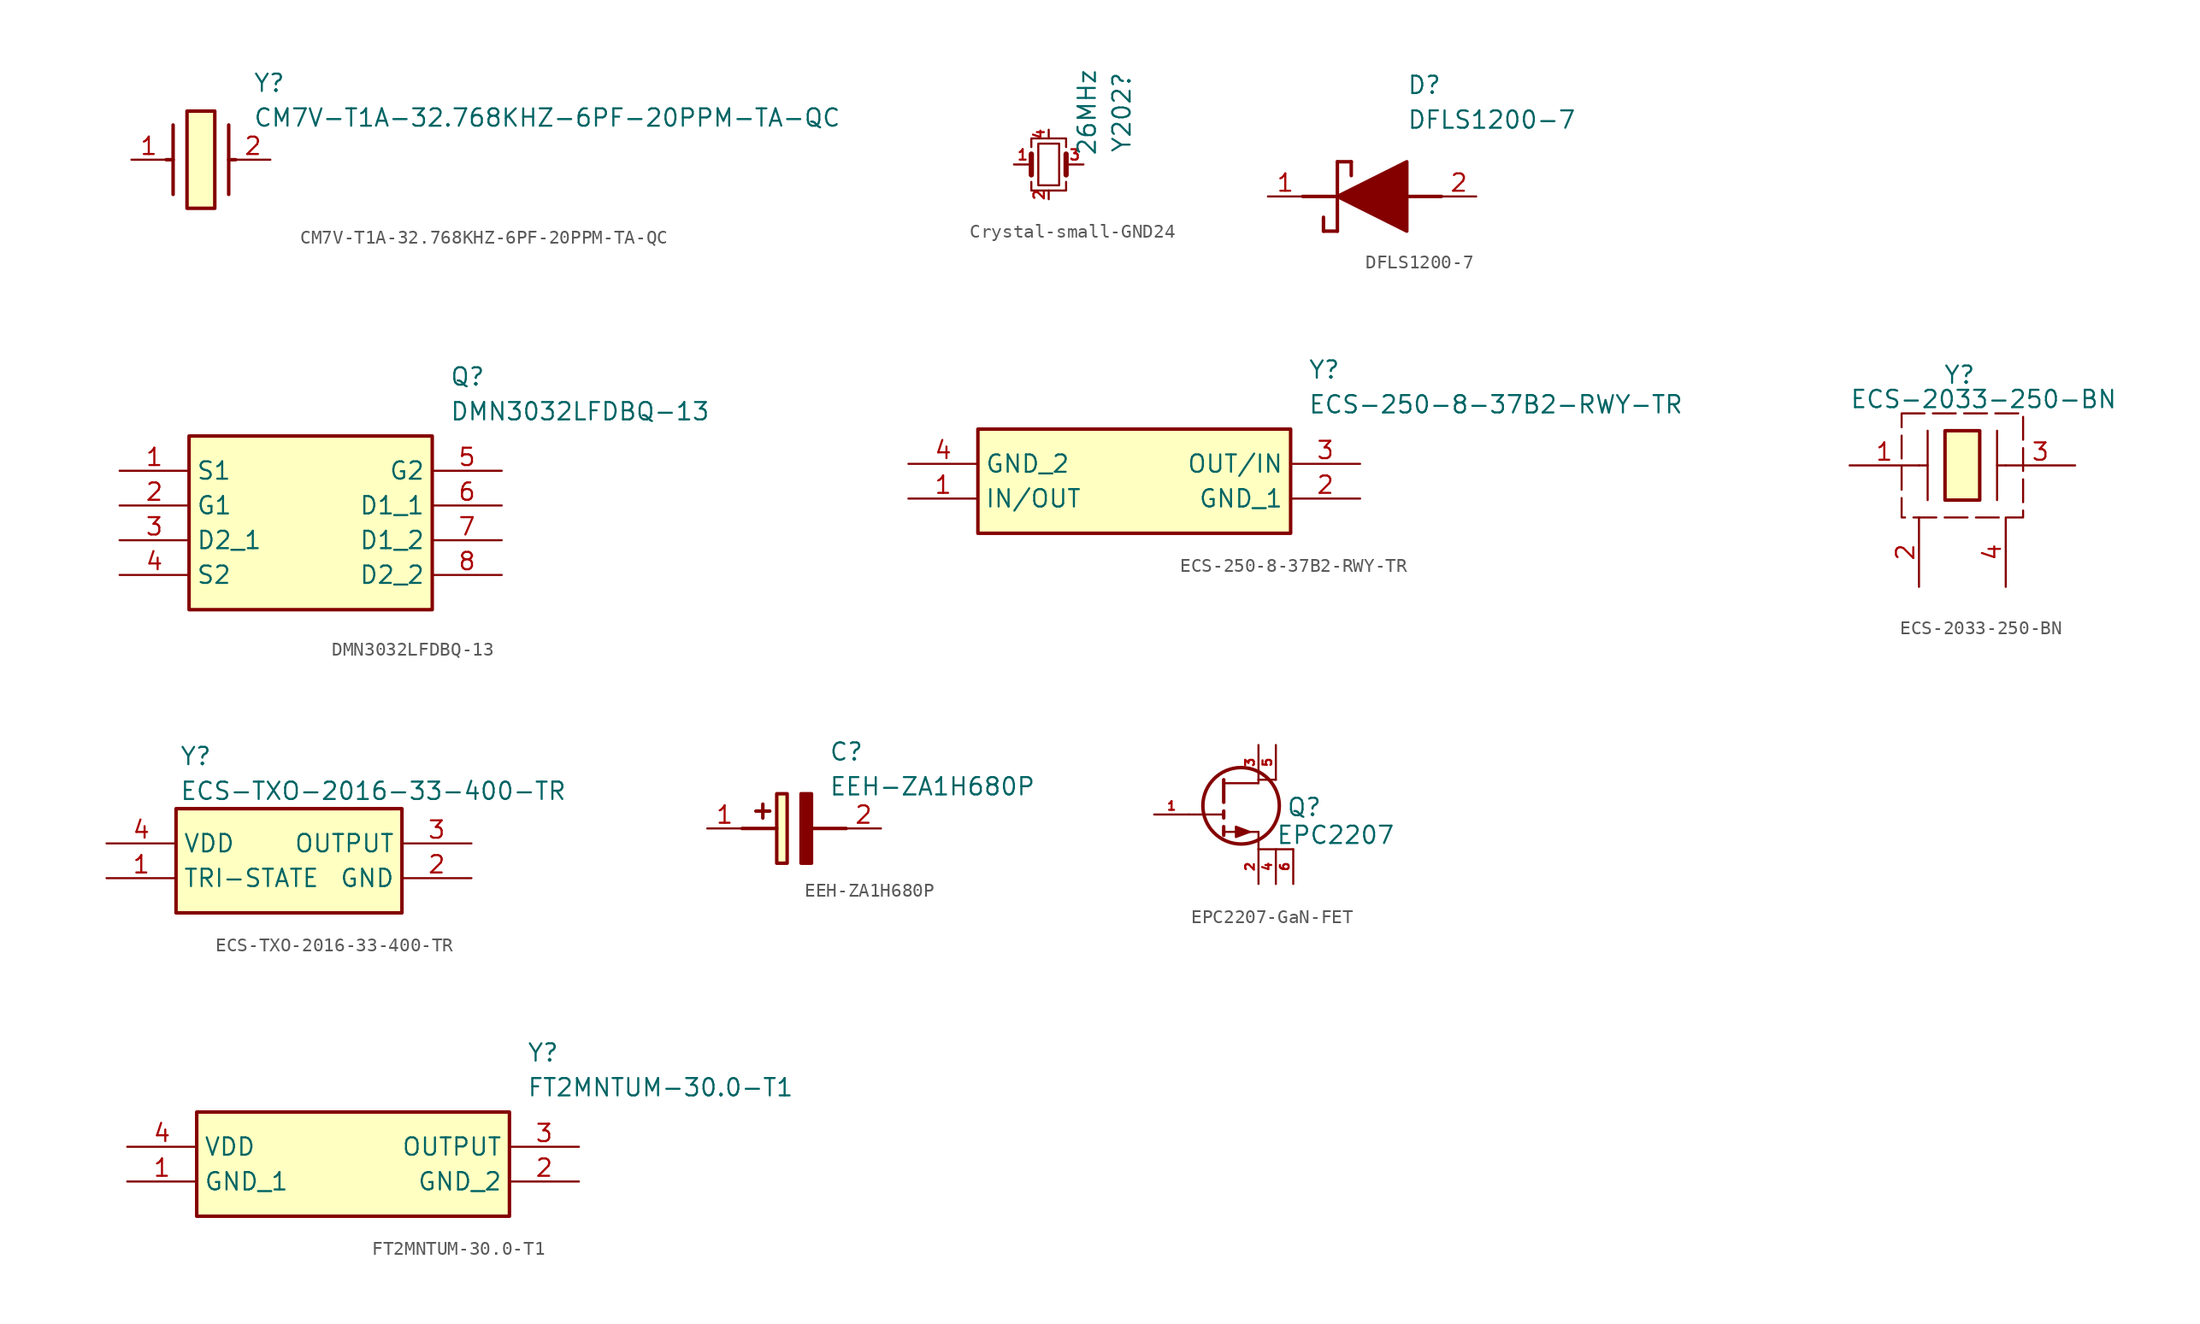
<source format=kicad_sym>
(kicad_symbol_lib
  (version 20241209)
  (generator "kicad_symbol_editor")
  (generator_version "9.0")
  (symbol "CM7V-T1A-32.768KHZ-6PF-20PPM-TA-QC"
    (pin_names
      (hide yes))
    (property "Reference" "Y"
      (at 8.89 6.35 0)
      (effects (font (size 1.27 1.27)) (justify left top)))
    (property "Value" "CM7V-T1A-32.768KHZ-6PF-20PPM-TA-QC"
      (at 8.89 3.81 0)
      (effects (font (size 1.27 1.27)) (justify left top)))
    (symbol "CM7V-T1A-32.768KHZ-6PF-20PPM-TA-QC_1_1"
      (polyline (pts (xy 3.048 2.54) (xy 3.048 -2.54)) (stroke (width 0.254) (type default)) (fill (type none)))
      (polyline (pts (xy 3.048 0) (xy 2.54 0)) (stroke (width 0.254) (type default)) (fill (type none)))
      (rectangle (start 4.064 3.556) (end 6.096 -3.556) (stroke (width 0.254) (type default)) (fill (type background)))
      (polyline (pts (xy 7.112 2.54) (xy 7.112 -2.54)) (stroke (width 0.254) (type default)) (fill (type none)))
      (polyline (pts (xy 7.112 0) (xy 7.62 0)) (stroke (width 0.254) (type default)) (fill (type none)))
      (pin passive line (at 0 0 0) (length 2.54) (name "1" (effects (font (size 1.27 1.27)))) (number "1" (effects (font (size 1.27 1.27)))))
      (pin passive line (at 10.16 0 180) (length 2.54) (name "2" (effects (font (size 1.27 1.27)))) (number "2" (effects (font (size 1.27 1.27)))))))
  (symbol "Crystal-small-GND24"
    (pin_names
      (offset 1.016)
      (hide yes))
    (property "Reference" "Y202"
      (at 5.334 3.81 90)
      (effects (font (size 1.27 1.27))))
    (property "Value" "26MHz"
      (at 2.794 3.81 90)
      (effects (font (size 1.27 1.27))))
    (property "cap-type" ""
      (at 0 0 0)
      (effects (font (size 1.27 1.27))))
    (property "r-power" ""
      (at 0 0 0)
      (effects (font (size 1.27 1.27))))
    (symbol "Crystal-small-GND24_0_1"
      (polyline (pts (xy -1.27 1.27) (xy -1.27 1.905) (xy 1.27 1.905) (xy 1.27 1.27)) (stroke (width 0) (type default)) (fill (type none)))
      (polyline (pts (xy -1.27 -0.762) (xy -1.27 0.762)) (stroke (width 0.381) (type default)) (fill (type none)))
      (polyline (pts (xy -1.27 -1.27) (xy -1.27 -1.905) (xy 1.27 -1.905) (xy 1.27 -1.27)) (stroke (width 0) (type default)) (fill (type none)))
      (rectangle (start -0.762 -1.524) (end 0.762 1.524) (stroke (width 0) (type default)) (fill (type none)))
      (polyline (pts (xy 1.27 -0.762) (xy 1.27 0.762)) (stroke (width 0.381) (type default)) (fill (type none))))
    (symbol "Crystal-small-GND24_1_1"
      (pin passive line (at -2.54 0 0) (length 1.27) (name "1" (effects (font (size 1.27 1.27)))) (number "1" (effects (font (size 0.762 0.762)))))
      (pin passive line (at 0 2.54 270) (length 0.635) (name "4" (effects (font (size 1.27 1.27)))) (number "4" (effects (font (size 0.762 0.762)))))
      (pin passive line (at 0 -2.54 90) (length 0.635) (name "2" (effects (font (size 1.27 1.27)))) (number "2" (effects (font (size 0.762 0.762)))))
      (pin passive line (at 2.54 0 180) (length 1.27) (name "3" (effects (font (size 1.27 1.27)))) (number "3" (effects (font (size 0.762 0.762)))))))
  (symbol "DFLS1200-7"
    (pin_names
      (hide yes))
    (property "Reference" "D"
      (at 12.7 8.89 0)
      (effects (font (size 1.27 1.27)) (justify left top)))
    (property "Value" "DFLS1200-7"
      (at 12.7 6.35 0)
      (effects (font (size 1.27 1.27)) (justify left top)))
    (symbol "DFLS1200-7_1_1"
      (polyline (pts (xy 5.08 0) (xy 7.62 0)) (stroke (width 0.254) (type default)) (fill (type none)))
      (polyline (pts (xy 6.604 -1.524) (xy 6.604 -2.54)) (stroke (width 0.254) (type default)) (fill (type none)))
      (polyline (pts (xy 7.62 2.54) (xy 7.62 -2.54)) (stroke (width 0.254) (type default)) (fill (type none)))
      (polyline (pts (xy 7.62 2.54) (xy 8.636 2.54)) (stroke (width 0.254) (type default)) (fill (type none)))
      (polyline (pts (xy 7.62 0) (xy 12.7 2.54) (xy 12.7 -2.54) (xy 7.62 0)) (stroke (width 0.254) (type default)) (fill (type outline)))
      (polyline (pts (xy 7.62 -2.54) (xy 6.604 -2.54)) (stroke (width 0.254) (type default)) (fill (type none)))
      (polyline (pts (xy 8.636 1.524) (xy 8.636 2.54)) (stroke (width 0.254) (type default)) (fill (type none)))
      (polyline (pts (xy 12.7 0) (xy 15.24 0)) (stroke (width 0.254) (type default)) (fill (type none)))
      (pin passive line (at 2.54 0 0) (length 2.54) (name "K" (effects (font (size 1.27 1.27)))) (number "1" (effects (font (size 1.27 1.27)))))
      (pin passive line (at 17.78 0 180) (length 2.54) (name "A" (effects (font (size 1.27 1.27)))) (number "2" (effects (font (size 1.27 1.27)))))))
  (symbol "DMN3032LFDBQ-13"
    (property "Reference" "Q"
      (at 24.13 7.62 0)
      (effects (font (size 1.27 1.27)) (justify left top)))
    (property "Value" "DMN3032LFDBQ-13"
      (at 24.13 5.08 0)
      (effects (font (size 1.27 1.27)) (justify left top)))
    (symbol "DMN3032LFDBQ-13_1_1"
      (rectangle (start 5.08 2.54) (end 22.86 -10.16) (stroke (width 0.254) (type default)) (fill (type background)))
      (pin passive line (at 0 0 0) (length 5.08) (name "S1" (effects (font (size 1.27 1.27)))) (number "1" (effects (font (size 1.27 1.27)))))
      (pin passive line (at 0 -2.54 0) (length 5.08) (name "G1" (effects (font (size 1.27 1.27)))) (number "2" (effects (font (size 1.27 1.27)))))
      (pin passive line (at 0 -5.08 0) (length 5.08) (name "D2_1" (effects (font (size 1.27 1.27)))) (number "3" (effects (font (size 1.27 1.27)))))
      (pin passive line (at 0 -7.62 0) (length 5.08) (name "S2" (effects (font (size 1.27 1.27)))) (number "4" (effects (font (size 1.27 1.27)))))
      (pin passive line (at 27.94 0 180) (length 5.08) (name "G2" (effects (font (size 1.27 1.27)))) (number "5" (effects (font (size 1.27 1.27)))))
      (pin passive line (at 27.94 -2.54 180) (length 5.08) (name "D1_1" (effects (font (size 1.27 1.27)))) (number "6" (effects (font (size 1.27 1.27)))))
      (pin passive line (at 27.94 -5.08 180) (length 5.08) (name "D1_2" (effects (font (size 1.27 1.27)))) (number "7" (effects (font (size 1.27 1.27)))))
      (pin passive line (at 27.94 -7.62 180) (length 5.08) (name "D2_2" (effects (font (size 1.27 1.27)))) (number "8" (effects (font (size 1.27 1.27)))))))
  (symbol "ECS-250-8-37B2-RWY-TR"
    (property "Reference" "Y"
      (at 29.21 7.62 0)
      (effects (font (size 1.27 1.27)) (justify left top)))
    (property "Value" "ECS-250-8-37B2-RWY-TR"
      (at 29.21 5.08 0)
      (effects (font (size 1.27 1.27)) (justify left top)))
    (symbol "ECS-250-8-37B2-RWY-TR_1_1"
      (rectangle (start 5.08 2.54) (end 27.94 -5.08) (stroke (width 0.254) (type default)) (fill (type background)))
      (pin passive line (at 0 0 0) (length 5.08) (name "GND_2" (effects (font (size 1.27 1.27)))) (number "4" (effects (font (size 1.27 1.27)))))
      (pin passive line (at 0 -2.54 0) (length 5.08) (name "IN/OUT" (effects (font (size 1.27 1.27)))) (number "1" (effects (font (size 1.27 1.27)))))
      (pin passive line (at 33.02 0 180) (length 5.08) (name "OUT/IN" (effects (font (size 1.27 1.27)))) (number "3" (effects (font (size 1.27 1.27)))))
      (pin passive line (at 33.02 -2.54 180) (length 5.08) (name "GND_1" (effects (font (size 1.27 1.27)))) (number "2" (effects (font (size 1.27 1.27)))))))
  (symbol "ECS-2033-250-BN"
    (property "Reference" "Y"
      (at 10.668 7.366 0)
      (effects (font (size 1.27 1.27)) (justify left top)))
    (property "Value" "ECS-2033-250-BN"
      (at 3.81 5.588 0)
      (effects (font (size 1.27 1.27)) (justify left top)))
    (symbol "ECS-2033-250-BN_0_1"
      (polyline (pts (xy 9.525 2.54) (xy 9.525 -2.54)) (stroke (width 0) (type default)) (fill (type none)))
      (polyline (pts (xy 14.605 2.54) (xy 14.605 -2.54)) (stroke (width 0) (type default)) (fill (type none))))
    (symbol "ECS-2033-250-BN_1_1"
      (rectangle (start 7.62 3.81) (end 16.51 -3.81) (stroke (width 0) (type dash)) (fill (type none)))
      (polyline (pts (xy 8.89 0) (xy 9.525 0)) (stroke (width 0) (type default)) (fill (type none)))
      (rectangle (start 10.795 2.54) (end 13.335 -2.54) (stroke (width 0.254) (type default)) (fill (type background)))
      (polyline (pts (xy 15.24 0) (xy 14.605 0)) (stroke (width 0) (type default)) (fill (type none)))
      (pin passive line (at 3.81 0 0) (length 5.08) (name "" (effects (font (size 1.27 1.27)))) (number "1" (effects (font (size 1.27 1.27)))))
      (pin passive line (at 8.89 -8.89 90) (length 5.08) (name "" (effects (font (size 1.27 1.27)))) (number "2" (effects (font (size 1.27 1.27)))))
      (pin passive line (at 15.24 -8.89 90) (length 5.08) (name "" (effects (font (size 1.27 1.27)))) (number "4" (effects (font (size 1.27 1.27)))))
      (pin passive line (at 20.32 0 180) (length 5.08) (name "" (effects (font (size 1.27 1.27)))) (number "3" (effects (font (size 1.27 1.27)))))))
  (symbol "ECS-TXO-2016-33-400-TR"
    (property "Reference" "Y"
      (at 5.334 7.112 0)
      (effects (font (size 1.27 1.27)) (justify left top)))
    (property "Value" "ECS-TXO-2016-33-400-TR"
      (at 5.334 4.572 0)
      (effects (font (size 1.27 1.27)) (justify left top)))
    (symbol "ECS-TXO-2016-33-400-TR_1_1"
      (rectangle (start 5.08 2.54) (end 21.59 -5.08) (stroke (width 0.254) (type default)) (fill (type background)))
      (pin passive line (at 0 0 0) (length 5.08) (name "VDD" (effects (font (size 1.27 1.27)))) (number "4" (effects (font (size 1.27 1.27)))))
      (pin passive line (at 0 -2.54 0) (length 5.08) (name "TRI-STATE" (effects (font (size 1.27 1.27)))) (number "1" (effects (font (size 1.27 1.27)))))
      (pin passive line (at 26.67 0 180) (length 5.08) (name "OUTPUT" (effects (font (size 1.27 1.27)))) (number "3" (effects (font (size 1.27 1.27)))))
      (pin passive line (at 26.67 -2.54 180) (length 5.08) (name "GND" (effects (font (size 1.27 1.27)))) (number "2" (effects (font (size 1.27 1.27)))))))
  (symbol "EEH-ZA1H680P"
    (pin_names
      (hide yes))
    (property "Reference" "C"
      (at 8.89 6.35 0)
      (effects (font (size 1.27 1.27)) (justify left top)))
    (property "Value" "EEH-ZA1H680P"
      (at 8.89 3.81 0)
      (effects (font (size 1.27 1.27)) (justify left top)))
    (symbol "EEH-ZA1H680P_1_1"
      (polyline (pts (xy 2.54 0) (xy 5.08 0)) (stroke (width 0.254) (type default)) (fill (type none)))
      (polyline (pts (xy 4.064 1.778) (xy 4.064 0.762)) (stroke (width 0.254) (type default)) (fill (type none)))
      (polyline (pts (xy 4.572 1.27) (xy 3.556 1.27)) (stroke (width 0.254) (type default)) (fill (type none)))
      (rectangle (start 5.08 2.54) (end 5.842 -2.54) (stroke (width 0.254) (type default)) (fill (type background)))
      (polyline (pts (xy 7.62 2.54) (xy 7.62 -2.54) (xy 6.858 -2.54) (xy 6.858 2.54) (xy 7.62 2.54)) (stroke (width 0.254) (type default)) (fill (type outline)))
      (polyline (pts (xy 7.62 0) (xy 10.16 0)) (stroke (width 0.254) (type default)) (fill (type none)))
      (pin passive line (at 0 0 0) (length 2.54) (name "+" (effects (font (size 1.27 1.27)))) (number "1" (effects (font (size 1.27 1.27)))))
      (pin passive line (at 12.7 0 180) (length 2.54) (name "-" (effects (font (size 1.27 1.27)))) (number "2" (effects (font (size 1.27 1.27)))))))
  (symbol "EPC2207-GaN-FET"
    (pin_names
      (offset 0)
      (hide yes))
    (property "Reference" "Q"
      (at 4.572 1.27 0)
      (effects (font (size 1.27 1.27)) (justify left top)))
    (property "Value" "EPC2207"
      (at 3.81 -0.762 0)
      (effects (font (size 1.27 1.27)) (justify left top)))
    (symbol "EPC2207-GaN-FET_0_1"
      (polyline (pts (xy 0 2.286) (xy 2.54 2.286)) (stroke (width 0) (type default)) (fill (type none)))
      (polyline (pts (xy 0 0) (xy -2.54 0)) (stroke (width 0) (type default)) (fill (type none)))
      (circle (center 1.27 0.635) (radius 2.794) (stroke (width 0.254) (type default)) (fill (type none)))
      (polyline (pts (xy 1.905 -1.27) (xy 0.889 -0.889) (xy 0.889 -1.651) (xy 1.905 -1.27)) (stroke (width 0) (type default)) (fill (type outline)))
      (polyline (pts (xy 2.54 2.54) (xy 3.81 2.54)) (stroke (width 0) (type default)) (fill (type none)))
      (polyline (pts (xy 2.54 2.286) (xy 2.54 2.54)) (stroke (width 0) (type default)) (fill (type none)))
      (polyline (pts (xy 2.54 -1.27) (xy 0 -1.27)) (stroke (width 0) (type default)) (fill (type none)))
      (polyline (pts (xy 2.54 -2.54) (xy 2.54 -1.27)) (stroke (width 0) (type default)) (fill (type none)))
      (polyline (pts (xy 5.08 -2.54) (xy 2.54 -2.54)) (stroke (width 0) (type default)) (fill (type none))))
    (symbol "EPC2207-GaN-FET_1_1"
      (polyline (pts (xy 0 0.889) (xy 0 2.54)) (stroke (width 0.254) (type default)) (fill (type none)))
      (polyline (pts (xy 0 0.254) (xy 0 -0.254)) (stroke (width 0.254) (type default)) (fill (type none)))
      (polyline (pts (xy 0 -0.889) (xy 0 -1.524)) (stroke (width 0.254) (type default)) (fill (type none)))
      (pin input line (at -5.08 0 0) (length 2.54) (name "G" (effects (font (size 1.27 1.27)))) (number "1" (effects (font (size 0.635 0.635)))))
      (pin passive line (at 2.54 5.08 270) (length 2.54) (name "D" (effects (font (size 1.27 1.27)))) (number "3" (effects (font (size 0.635 0.635)))))
      (pin passive line (at 2.54 -5.08 90) (length 2.54) (name "S" (effects (font (size 1.27 1.27)))) (number "2" (effects (font (size 0.635 0.635)))))
      (pin passive line (at 3.81 5.08 270) (length 2.54) (name "D" (effects (font (size 1.27 1.27)))) (number "5" (effects (font (size 0.635 0.635)))))
      (pin passive line (at 3.81 -5.08 90) (length 2.54) (name "S" (effects (font (size 1.27 1.27)))) (number "4" (effects (font (size 0.635 0.635)))))
      (pin passive line (at 5.08 -5.08 90) (length 2.54) (name "S" (effects (font (size 1.27 1.27)))) (number "6" (effects (font (size 0.635 0.635)))))))
  (symbol "FT2MNTUM-30.0-T1"
    (property "Reference" "Y"
      (at 29.21 7.62 0)
      (effects (font (size 1.27 1.27)) (justify left top)))
    (property "Value" "FT2MNTUM-30.0-T1"
      (at 29.21 5.08 0)
      (effects (font (size 1.27 1.27)) (justify left top)))
    (symbol "FT2MNTUM-30.0-T1_1_1"
      (rectangle (start 5.08 2.54) (end 27.94 -5.08) (stroke (width 0.254) (type default)) (fill (type background)))
      (pin passive line (at 0 0 0) (length 5.08) (name "VDD" (effects (font (size 1.27 1.27)))) (number "4" (effects (font (size 1.27 1.27)))))
      (pin passive line (at 0 -2.54 0) (length 5.08) (name "GND_1" (effects (font (size 1.27 1.27)))) (number "1" (effects (font (size 1.27 1.27)))))
      (pin passive line (at 33.02 0 180) (length 5.08) (name "OUTPUT" (effects (font (size 1.27 1.27)))) (number "3" (effects (font (size 1.27 1.27)))))
      (pin passive line (at 33.02 -2.54 180) (length 5.08) (name "GND_2" (effects (font (size 1.27 1.27)))) (number "2" (effects (font (size 1.27 1.27))))))))
</source>
